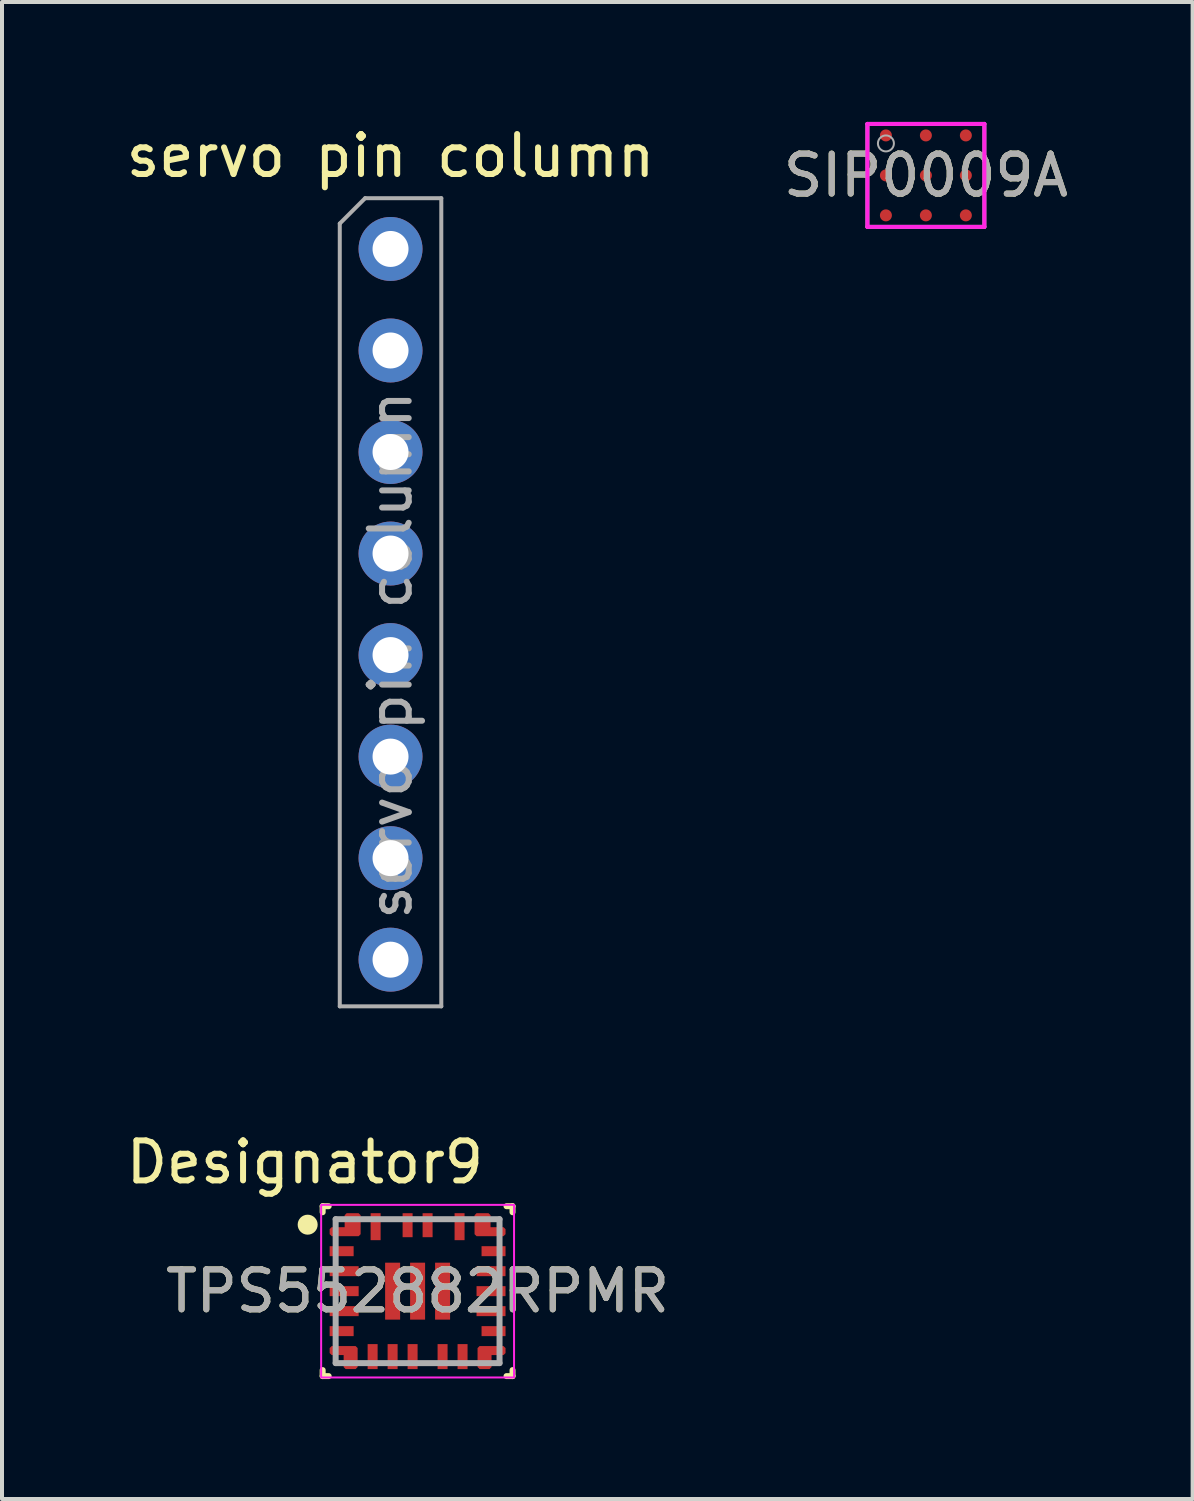
<source format=kicad_pcb>
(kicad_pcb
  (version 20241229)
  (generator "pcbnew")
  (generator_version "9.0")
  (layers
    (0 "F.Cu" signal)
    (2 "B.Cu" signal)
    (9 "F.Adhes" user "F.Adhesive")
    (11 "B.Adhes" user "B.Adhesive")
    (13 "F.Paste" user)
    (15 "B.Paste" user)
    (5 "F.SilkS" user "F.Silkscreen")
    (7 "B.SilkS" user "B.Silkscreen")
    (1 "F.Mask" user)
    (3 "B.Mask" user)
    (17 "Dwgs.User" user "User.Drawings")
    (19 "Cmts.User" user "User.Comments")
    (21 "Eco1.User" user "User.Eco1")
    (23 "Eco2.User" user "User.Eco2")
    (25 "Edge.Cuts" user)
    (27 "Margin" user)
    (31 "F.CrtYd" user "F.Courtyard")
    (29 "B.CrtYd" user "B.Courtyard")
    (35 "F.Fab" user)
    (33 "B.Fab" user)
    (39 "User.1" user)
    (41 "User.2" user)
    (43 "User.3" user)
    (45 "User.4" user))
  (footprint "TPS552882RPMR"
    (layer "F.Cu")
    (at 7.397 29.251)
    (property "Reference" "TPS552882RPMR" (at 0 0 0) (unlocked yes) (layer "F.SilkS") (effects (font (size 1 1) (thickness 0.15))))
    (attr smd)
    (fp_poly (pts (xy -2.2 -1.425) (xy -2.2 -1.55) (xy -2.15 -1.6) (xy -1.825 -1.6) (xy -1.825 -1.9) (xy -1.775 -1.95) (xy -1.475 -1.95) (xy -1.425 -1.9) (xy -1.425 -1.425) (xy -1.475 -1.375) (xy -2.15 -1.375)) (stroke (width 0) (type solid)) (fill yes) (layer "F.Cu"))
    (fp_poly (pts (xy -2.2 1.549) (xy -2.2 1.424) (xy -2.15 1.374) (xy -1.55 1.374) (xy -1.5 1.424) (xy -1.5 1.899) (xy -1.55 1.949) (xy -1.8 1.949) (xy -1.85 1.899) (xy -1.85 1.599) (xy -2.15 1.599)) (stroke (width 0) (type solid)) (fill yes) (layer "F.Cu"))
    (fp_poly (pts (xy 2.2 1.549) (xy 2.2 1.424) (xy 2.15 1.374) (xy 1.55 1.374) (xy 1.5 1.424) (xy 1.5 1.899) (xy 1.55 1.949) (xy 1.8 1.949) (xy 1.85 1.899) (xy 1.85 1.599) (xy 2.15 1.599)) (stroke (width 0) (type solid)) (fill yes) (layer "F.Cu"))
    (fp_poly (pts (xy 2.2 -1.425) (xy 2.2 -1.55) (xy 2.15 -1.6) (xy 1.825 -1.6) (xy 1.825 -1.9) (xy 1.775 -1.95) (xy 1.475 -1.95) (xy 1.425 -1.9) (xy 1.425 -1.425) (xy 1.475 -1.375) (xy 2.15 -1.375) (xy 2.2 -1.425)) (stroke (width 0) (type solid)) (fill yes) (layer "F.Cu"))
    (fp_poly (pts (xy -2.2 -1.425) (xy -2.2 -1.55) (xy -2.15 -1.6) (xy -1.825 -1.6) (xy -1.825 -1.9) (xy -1.775 -1.95) (xy -1.475 -1.95) (xy -1.425 -1.9) (xy -1.425 -1.425) (xy -1.475 -1.375) (xy -2.15 -1.375)) (stroke (width 0) (type solid)) (fill yes) (layer "F.Mask"))
    (fp_poly (pts (xy -2.2 1.549) (xy -2.2 1.424) (xy -2.15 1.374) (xy -1.55 1.374) (xy -1.5 1.424) (xy -1.5 1.899) (xy -1.55 1.949) (xy -1.8 1.949) (xy -1.85 1.899) (xy -1.85 1.599) (xy -2.15 1.599)) (stroke (width 0) (type solid)) (fill yes) (layer "F.Mask"))
    (fp_poly (pts (xy 2.2 1.549) (xy 2.15 1.599) (xy 1.85 1.599) (xy 1.85 1.899) (xy 1.8 1.949) (xy 1.55 1.949) (xy 1.5 1.899) (xy 1.5 1.424) (xy 1.55 1.374) (xy 2.15 1.374) (xy 2.2 1.424)) (stroke (width 0) (type solid)) (fill yes) (layer "F.Mask"))
    (fp_poly (pts (xy 2.2 -1.425) (xy 2.2 -1.425) (xy 2.15 -1.375) (xy 1.475 -1.375) (xy 1.425 -1.425) (xy 1.425 -1.9) (xy 1.475 -1.95) (xy 1.775 -1.95) (xy 1.825 -1.9) (xy 1.825 -1.6) (xy 2.15 -1.6) (xy 2.2 -1.55)) (stroke (width 0) (type solid)) (fill yes) (layer "F.Mask"))
    (fp_line (start -2.375 -2.125) (end -2.225 -2.125) (stroke (width 0.15) (type solid)) (layer "F.SilkS"))
    (fp_line (start -2.375 -1.975) (end -2.375 -2.125) (stroke (width 0.15) (type solid)) (layer "F.SilkS"))
    (fp_line (start -2.375 2.125) (end -2.375 1.975) (stroke (width 0.15) (type solid)) (layer "F.SilkS"))
    (fp_line (start -2.375 2.125) (end -2.225 2.125) (stroke (width 0.15) (type solid)) (layer "F.SilkS"))
    (fp_line (start 2.225 -2.125) (end 2.375 -2.125) (stroke (width 0.15) (type solid)) (layer "F.SilkS"))
    (fp_line (start 2.225 2.125) (end 2.375 2.125) (stroke (width 0.15) (type solid)) (layer "F.SilkS"))
    (fp_line (start 2.375 -1.975) (end 2.375 -2.125) (stroke (width 0.15) (type solid)) (layer "F.SilkS"))
    (fp_line (start 2.375 2.125) (end 2.375 1.975) (stroke (width 0.15) (type solid)) (layer "F.SilkS"))
    (fp_circle (center -2.75 -1.663) (end -2.625 -1.663) (stroke (width 0.25) (type solid)) (fill no) (layer "F.SilkS"))
    (fp_poly (pts (xy -2.2 -1.425) (xy -2.2 -1.55) (xy -2.15 -1.6) (xy -1.825 -1.6) (xy -1.825 -1.9) (xy -1.775 -1.95) (xy -1.475 -1.95) (xy -1.425 -1.9) (xy -1.425 -1.425) (xy -1.475 -1.375) (xy -2.15 -1.375)) (stroke (width 0) (type solid)) (fill yes) (layer "F.Paste"))
    (fp_poly (pts (xy -2.2 1.549) (xy -2.2 1.424) (xy -2.15 1.374) (xy -1.55 1.374) (xy -1.5 1.424) (xy -1.5 1.899) (xy -1.55 1.949) (xy -1.8 1.949) (xy -1.85 1.899) (xy -1.85 1.599) (xy -2.15 1.599)) (stroke (width 0) (type solid)) (fill yes) (layer "F.Paste"))
    (fp_poly (pts (xy 2.2 1.549) (xy 2.15 1.599) (xy 1.85 1.599) (xy 1.85 1.899) (xy 1.8 1.949) (xy 1.55 1.949) (xy 1.5 1.899) (xy 1.5 1.424) (xy 1.55 1.374) (xy 2.15 1.374) (xy 2.2 1.424)) (stroke (width 0) (type solid)) (fill yes) (layer "F.Paste"))
    (fp_poly (pts (xy 2.2 -1.425) (xy 2.2 -1.425) (xy 2.15 -1.375) (xy 1.475 -1.375) (xy 1.425 -1.425) (xy 1.425 -1.9) (xy 1.475 -1.95) (xy 1.775 -1.95) (xy 1.825 -1.9) (xy 1.825 -1.6) (xy 2.15 -1.6) (xy 2.2 -1.55)) (stroke (width 0) (type solid)) (fill yes) (layer "F.Paste"))
    (fp_rect (start -2.413 -2.159) (end 2.413 2.159) (stroke (width 0.05) (type default)) (fill no) (layer "F.CrtYd"))
    (fp_line (start -2.05 -1.8) (end 2.05 -1.8) (stroke (width 0.15) (type solid)) (layer "F.Fab"))
    (fp_line (start -2.05 1.8) (end -2.05 -1.8) (stroke (width 0.15) (type solid)) (layer "F.Fab"))
    (fp_line (start -2.05 1.8) (end 2.05 1.8) (stroke (width 0.15) (type solid)) (layer "F.Fab"))
    (fp_line (start 2.05 1.8) (end 2.05 -1.8) (stroke (width 0.15) (type solid)) (layer "F.Fab"))
    (fp_text user "Designator9" (at -2.819 -3.226 0) (unlocked yes) (layer "F.SilkS") (effects (font (size 1 1) (thickness 0.15))))
    (fp_text user "${REFERENCE}" (at 0 0 0) (unlocked yes) (layer "F.Fab") (effects (font (size 1 1) (thickness 0.15))))
    (pad "1" smd circle (at -1.661 -1.555) (size 0.306 0.306) (layers "F.Cu" "F.Mask" "F.Paste"))
    (pad "2" smd rect (at -1.9 -1 90) (size 0.25 0.6) (layers "F.Cu" "F.Mask" "F.Paste"))
    (pad "3" smd rect (at -1.837 -0.5) (size 0.725 0.25) (layers "F.Cu" "F.Mask" "F.Paste"))
    (pad "4" smd rect (at -1.837 0) (size 0.725 0.25) (layers "F.Cu" "F.Mask" "F.Paste"))
    (pad "5" smd rect (at -1.837 0.5) (size 0.725 0.25) (layers "F.Cu" "F.Mask" "F.Paste"))
    (pad "6" smd rect (at -1.9 1 90) (size 0.25 0.6) (layers "F.Cu" "F.Mask" "F.Paste"))
    (pad "7" smd circle (at -1.661 1.554) (size 0.29 0.29) (layers "F.Cu" "F.Mask" "F.Paste"))
    (pad "8" smd rect (at -1.125 1.637) (size 0.25 0.625) (layers "F.Cu" "F.Mask" "F.Paste"))
    (pad "9" smd rect (at -0.625 1.637) (size 0.25 0.625) (layers "F.Cu" "F.Mask" "F.Paste"))
    (pad "10" smd rect (at -0.125 1.637) (size 0.25 0.625) (layers "F.Cu" "F.Mask" "F.Paste"))
    (pad "11" smd rect (at 0.625 1.637) (size 0.25 0.625) (layers "F.Cu" "F.Mask" "F.Paste"))
    (pad "12" smd rect (at 1.125 1.637) (size 0.25 0.625) (layers "F.Cu" "F.Mask" "F.Paste"))
    (pad "13" smd circle (at 1.644 1.805) (size 0.259 0.259) (layers "F.Cu" "F.Mask" "F.Paste"))
    (pad "14" smd rect (at 1.9 1 90) (size 0.25 0.6) (layers "F.Cu" "F.Mask" "F.Paste"))
    (pad "15" smd rect (at 1.837 0.5) (size 0.725 0.25) (layers "F.Cu" "F.Mask" "F.Paste"))
    (pad "16" smd rect (at 1.837 0) (size 0.725 0.25) (layers "F.Cu" "F.Mask" "F.Paste"))
    (pad "17" smd rect (at 1.837 -0.5) (size 0.725 0.25) (layers "F.Cu" "F.Mask" "F.Paste"))
    (pad "18" smd rect (at 1.9 -1 90) (size 0.25 0.6) (layers "F.Cu" "F.Mask" "F.Paste"))
    (pad "19" smd circle (at 1.641 -1.591) (size 0.332 0.332) (layers "F.Cu" "F.Mask" "F.Paste"))
    (pad "20" smd rect (at 1.05 -1.613) (size 0.25 0.675) (layers "F.Cu" "F.Mask" "F.Paste"))
    (pad "21" smd rect (at 0.25 -1.65) (size 0.25 0.6) (layers "F.Cu" "F.Mask" "F.Paste"))
    (pad "22" smd rect (at -0.25 -1.65) (size 0.25 0.6) (layers "F.Cu" "F.Mask" "F.Paste"))
    (pad "23" smd rect (at -1.05 -1.613) (size 0.25 0.675) (layers "F.Cu" "F.Mask" "F.Paste"))
    (pad "24" smd rect (at -0.625 0) (size 0.375 1.425) (layers "F.Cu" "F.Mask" "F.Paste"))
    (pad "25" smd rect (at 0 0) (size 0.375 1.425) (layers "F.Cu" "F.Mask" "F.Paste"))
    (pad "26" smd rect (at 0.625 0) (size 0.375 1.425) (layers "F.Cu" "F.Mask" "F.Paste")))
  (footprint "SIP0009A"
    (layer "F.Cu")
    (at 20.113 1.338)
    (property "Reference" "SIP0009A" (at 0 0 0) (unlocked yes) (layer "F.SilkS") (effects (font (size 1 1) (thickness 0.15))))
    (attr smd)
    (fp_line (start -1.463 -1.288) (end 1.463 -1.288) (stroke (width 0.1) (type solid)) (layer "F.CrtYd"))
    (fp_line (start -1.463 1.288) (end -1.463 -1.288) (stroke (width 0.1) (type solid)) (layer "F.CrtYd"))
    (fp_line (start -1.463 1.288) (end 1.463 1.288) (stroke (width 0.1) (type solid)) (layer "F.CrtYd"))
    (fp_line (start 1.463 1.288) (end 1.463 -1.288) (stroke (width 0.1) (type solid)) (layer "F.CrtYd"))
    (fp_line (start -1.463 -1.288) (end 1.463 -1.288) (stroke (width 0.1) (type solid)) (layer "F.Fab"))
    (fp_line (start -1.463 1.288) (end -1.463 -1.288) (stroke (width 0.1) (type solid)) (layer "F.Fab"))
    (fp_line (start -1.463 1.288) (end 1.463 1.288) (stroke (width 0.1) (type solid)) (layer "F.Fab"))
    (fp_line (start 1.463 1.288) (end 1.463 -1.288) (stroke (width 0.1) (type solid)) (layer "F.Fab"))
    (fp_circle (center -1 -0.8) (end -0.8 -0.8) (stroke (width 0.05) (type solid)) (fill no) (layer "F.Fab"))
    (fp_text user "${REFERENCE}" (at 0 0 0) (unlocked yes) (layer "F.Fab") (effects (font (size 1 1) (thickness 0.15))))
    (pad "A1" smd circle (at -1 -1) (size 0.3 0.3) (layers "F.Cu" "F.Mask" "F.Paste"))
    (pad "A2" smd circle (at 0 -1) (size 0.3 0.3) (layers "F.Cu" "F.Mask" "F.Paste"))
    (pad "A3" smd circle (at 1 -1) (size 0.3 0.3) (layers "F.Cu" "F.Mask" "F.Paste"))
    (pad "B1" smd circle (at -1 -0.000003) (size 0.3 0.3) (layers "F.Cu" "F.Mask" "F.Paste"))
    (pad "B2" smd circle (at 0 0) (size 0.3 0.3) (layers "F.Cu" "F.Mask" "F.Paste"))
    (pad "B3" smd circle (at 1 -0.000003) (size 0.3 0.3) (layers "F.Cu" "F.Mask" "F.Paste"))
    (pad "C1" smd circle (at -1 1) (size 0.3 0.3) (layers "F.Cu" "F.Mask" "F.Paste"))
    (pad "C2" smd circle (at 0 1) (size 0.3 0.3) (layers "F.Cu" "F.Mask" "F.Paste"))
    (pad "C3" smd circle (at 1 1) (size 0.3 0.3) (layers "F.Cu" "F.Mask" "F.Paste")))
  (footprint "servo pin column"
    (layer "F.Cu")
    (at 6.72 3.178)
    (property "Reference" "servo pin column" (at 0 -2.33 0) (layer "F.SilkS") (effects (font (size 1 1) (thickness 0.15))))
    (attr through_hole)
    (fp_line (start -1.27 -0.635) (end -0.635 -1.27) (stroke (width 0.1) (type solid)) (layer "F.Fab"))
    (fp_line (start -1.27 18.948) (end -1.27 -0.635) (stroke (width 0.1) (type solid)) (layer "F.Fab"))
    (fp_line (start -0.635 -1.27) (end 1.27 -1.27) (stroke (width 0.1) (type solid)) (layer "F.Fab"))
    (fp_line (start 1.27 -1.27) (end 1.27 18.948) (stroke (width 0.1) (type solid)) (layer "F.Fab"))
    (fp_line (start 1.27 18.948) (end -1.27 18.948) (stroke (width 0.1) (type solid)) (layer "F.Fab"))
    (fp_text user "${REFERENCE}" (at 0 10.16 90) (layer "F.Fab") (effects (font (size 1 1) (thickness 0.15))))
    (pad "1" thru_hole circle (at 0 0) (size 1.6 1.6) (drill 0.9) (layers "*.Cu" "*.Mask"))
    (pad "2" thru_hole circle (at 0 2.54) (size 1.6 1.6) (drill 0.9) (layers "*.Cu" "*.Mask"))
    (pad "3" thru_hole circle (at 0 5.08) (size 1.6 1.6) (drill 0.9) (layers "*.Cu" "*.Mask"))
    (pad "4" thru_hole circle (at 0 7.62) (size 1.6 1.6) (drill 0.9) (layers "*.Cu" "*.Mask"))
    (pad "5" thru_hole circle (at 0 10.16) (size 1.6 1.6) (drill 0.9) (layers "*.Cu" "*.Mask"))
    (pad "6" thru_hole circle (at 0 12.7) (size 1.6 1.6) (drill 0.9) (layers "*.Cu" "*.Mask"))
    (pad "7" thru_hole circle (at 0 15.24) (size 1.6 1.6) (drill 0.9) (layers "*.Cu" "*.Mask"))
    (pad "8" thru_hole circle (at 0 17.78) (size 1.6 1.6) (drill 0.9) (layers "*.Cu" "*.Mask")))
  (gr_rect
    (start -3 -3)
    (end 26.786 34.451)
    (stroke (width 0.1) (type default))
    (fill no)
    (layer "Edge.Cuts")))
</source>
